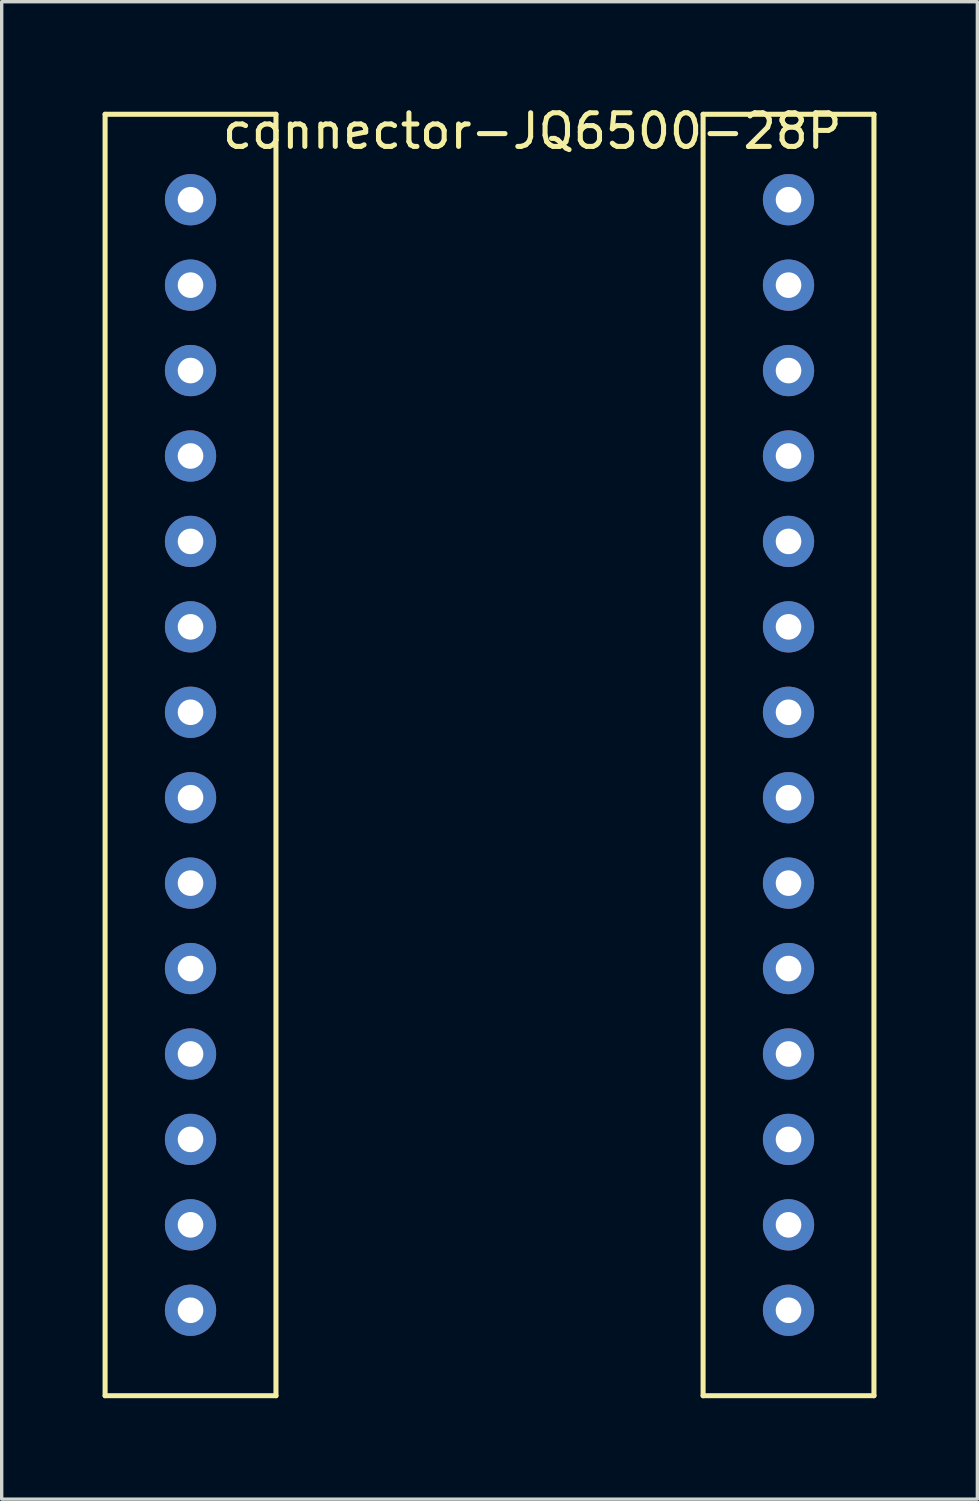
<source format=kicad_pcb>
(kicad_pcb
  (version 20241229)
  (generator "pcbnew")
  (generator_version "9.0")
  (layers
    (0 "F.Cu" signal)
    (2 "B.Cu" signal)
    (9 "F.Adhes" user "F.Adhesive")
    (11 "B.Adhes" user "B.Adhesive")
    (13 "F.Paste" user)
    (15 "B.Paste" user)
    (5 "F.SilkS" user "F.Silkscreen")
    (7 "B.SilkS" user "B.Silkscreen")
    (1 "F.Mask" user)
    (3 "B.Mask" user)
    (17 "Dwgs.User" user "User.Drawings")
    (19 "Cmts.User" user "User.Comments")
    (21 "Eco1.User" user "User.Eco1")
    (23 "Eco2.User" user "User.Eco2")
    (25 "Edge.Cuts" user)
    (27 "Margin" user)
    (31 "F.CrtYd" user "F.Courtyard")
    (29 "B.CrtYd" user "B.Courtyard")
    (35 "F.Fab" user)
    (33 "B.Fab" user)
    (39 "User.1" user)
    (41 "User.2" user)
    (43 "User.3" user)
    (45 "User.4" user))
  (footprint "connector-JQ6500-28P"
    (layer "F.Cu")
    (at 12.775 0.348)
    (property "Reference" "connector-JQ6500-28P" (at 0 0.5 0) (layer "F.SilkS") (effects (font (size 1 1) (thickness 0.15))))
    (attr through_hole)
    (fp_line (start -12.7 0) (end -12.7 38.1) (stroke (width 0.15) (type solid)) (layer "F.SilkS"))
    (fp_line (start -12.7 38.1) (end -7.62 38.1) (stroke (width 0.15) (type solid)) (layer "F.SilkS"))
    (fp_line (start -7.62 0) (end -12.7 0) (stroke (width 0.15) (type solid)) (layer "F.SilkS"))
    (fp_line (start -7.62 38.1) (end -7.62 0) (stroke (width 0.15) (type solid)) (layer "F.SilkS"))
    (fp_line (start 5.08 0) (end 5.08 38.1) (stroke (width 0.15) (type solid)) (layer "F.SilkS"))
    (fp_line (start 5.08 38.1) (end 10.16 38.1) (stroke (width 0.15) (type solid)) (layer "F.SilkS"))
    (fp_line (start 10.16 0) (end 5.08 0) (stroke (width 0.15) (type solid)) (layer "F.SilkS"))
    (fp_line (start 10.16 38.1) (end 10.16 0) (stroke (width 0.15) (type solid)) (layer "F.SilkS"))
    (pad "ADK1" thru_hole circle (at 7.62 20.32) (size 1.524 1.524) (drill 0.762) (layers "*.Cu" "*.Mask"))
    (pad "AKEY" thru_hole circle (at 7.62 22.86) (size 1.524 1.524) (drill 0.762) (layers "*.Cu" "*.Mask"))
    (pad "BUSY" thru_hole circle (at 7.62 15.24) (size 1.524 1.524) (drill 0.762) (layers "*.Cu" "*.Mask"))
    (pad "DACL" thru_hole circle (at 7.62 5.08) (size 1.524 1.524) (drill 0.762) (layers "*.Cu" "*.Mask"))
    (pad "DACR" thru_hole circle (at 7.62 2.54) (size 1.524 1.524) (drill 0.762) (layers "*.Cu" "*.Mask"))
    (pad "DM" thru_hole circle (at -10.16 7.62) (size 1.524 1.524) (drill 0.762) (layers "*.Cu" "*.Mask"))
    (pad "DP" thru_hole circle (at -10.16 10.16) (size 1.524 1.524) (drill 0.762) (layers "*.Cu" "*.Mask"))
    (pad "GND" thru_hole circle (at -10.16 30.48) (size 1.524 1.524) (drill 0.762) (layers "*.Cu" "*.Mask"))
    (pad "GND" thru_hole circle (at -10.16 33.02) (size 1.524 1.524) (drill 0.762) (layers "*.Cu" "*.Mask"))
    (pad "GND" thru_hole circle (at 7.62 30.48) (size 1.524 1.524) (drill 0.762) (layers "*.Cu" "*.Mask"))
    (pad "GND" thru_hole circle (at 7.62 33.02) (size 1.524 1.524) (drill 0.762) (layers "*.Cu" "*.Mask"))
    (pad "K1" thru_hole circle (at -10.16 12.7) (size 1.524 1.524) (drill 0.762) (layers "*.Cu" "*.Mask"))
    (pad "K2" thru_hole circle (at -10.16 15.24) (size 1.524 1.524) (drill 0.762) (layers "*.Cu" "*.Mask"))
    (pad "K3" thru_hole circle (at -10.16 17.78) (size 1.524 1.524) (drill 0.762) (layers "*.Cu" "*.Mask"))
    (pad "K4" thru_hole circle (at -10.16 20.32) (size 1.524 1.524) (drill 0.762) (layers "*.Cu" "*.Mask"))
    (pad "K5" thru_hole circle (at -10.16 22.86) (size 1.524 1.524) (drill 0.762) (layers "*.Cu" "*.Mask"))
    (pad "MODE" thru_hole circle (at 7.62 25.4) (size 1.524 1.524) (drill 0.762) (layers "*.Cu" "*.Mask"))
    (pad "NC" thru_hole circle (at 7.62 12.7) (size 1.524 1.524) (drill 0.762) (layers "*.Cu" "*.Mask"))
    (pad "NEV+" thru_hole circle (at -10.16 25.4) (size 1.524 1.524) (drill 0.762) (layers "*.Cu" "*.Mask"))
    (pad "P/PA" thru_hole circle (at 7.62 27.94) (size 1.524 1.524) (drill 0.762) (layers "*.Cu" "*.Mask"))
    (pad "PRV-" thru_hole circle (at -10.16 27.94) (size 1.524 1.524) (drill 0.762) (layers "*.Cu" "*.Mask"))
    (pad "RX" thru_hole circle (at 7.62 10.16) (size 1.524 1.524) (drill 0.762) (layers "*.Cu" "*.Mask"))
    (pad "SPK+" thru_hole circle (at -10.16 2.54) (size 1.524 1.524) (drill 0.762) (layers "*.Cu" "*.Mask"))
    (pad "SPK-" thru_hole circle (at -10.16 5.08) (size 1.524 1.524) (drill 0.762) (layers "*.Cu" "*.Mask"))
    (pad "TX" thru_hole circle (at 7.62 7.62) (size 1.524 1.524) (drill 0.762) (layers "*.Cu" "*.Mask"))
    (pad "VCC" thru_hole circle (at -10.16 35.56) (size 1.524 1.524) (drill 0.762) (layers "*.Cu" "*.Mask"))
    (pad "VCC" thru_hole circle (at 7.62 35.56) (size 1.524 1.524) (drill 0.762) (layers "*.Cu" "*.Mask"))
    (pad "VPIR" thru_hole circle (at 7.62 17.78) (size 1.524 1.524) (drill 0.762) (layers "*.Cu" "*.Mask")))
  (gr_rect
    (start -3 -3)
    (end 26.01 41.523)
    (stroke (width 0.1) (type default))
    (fill no)
    (layer "Edge.Cuts")))
</source>
